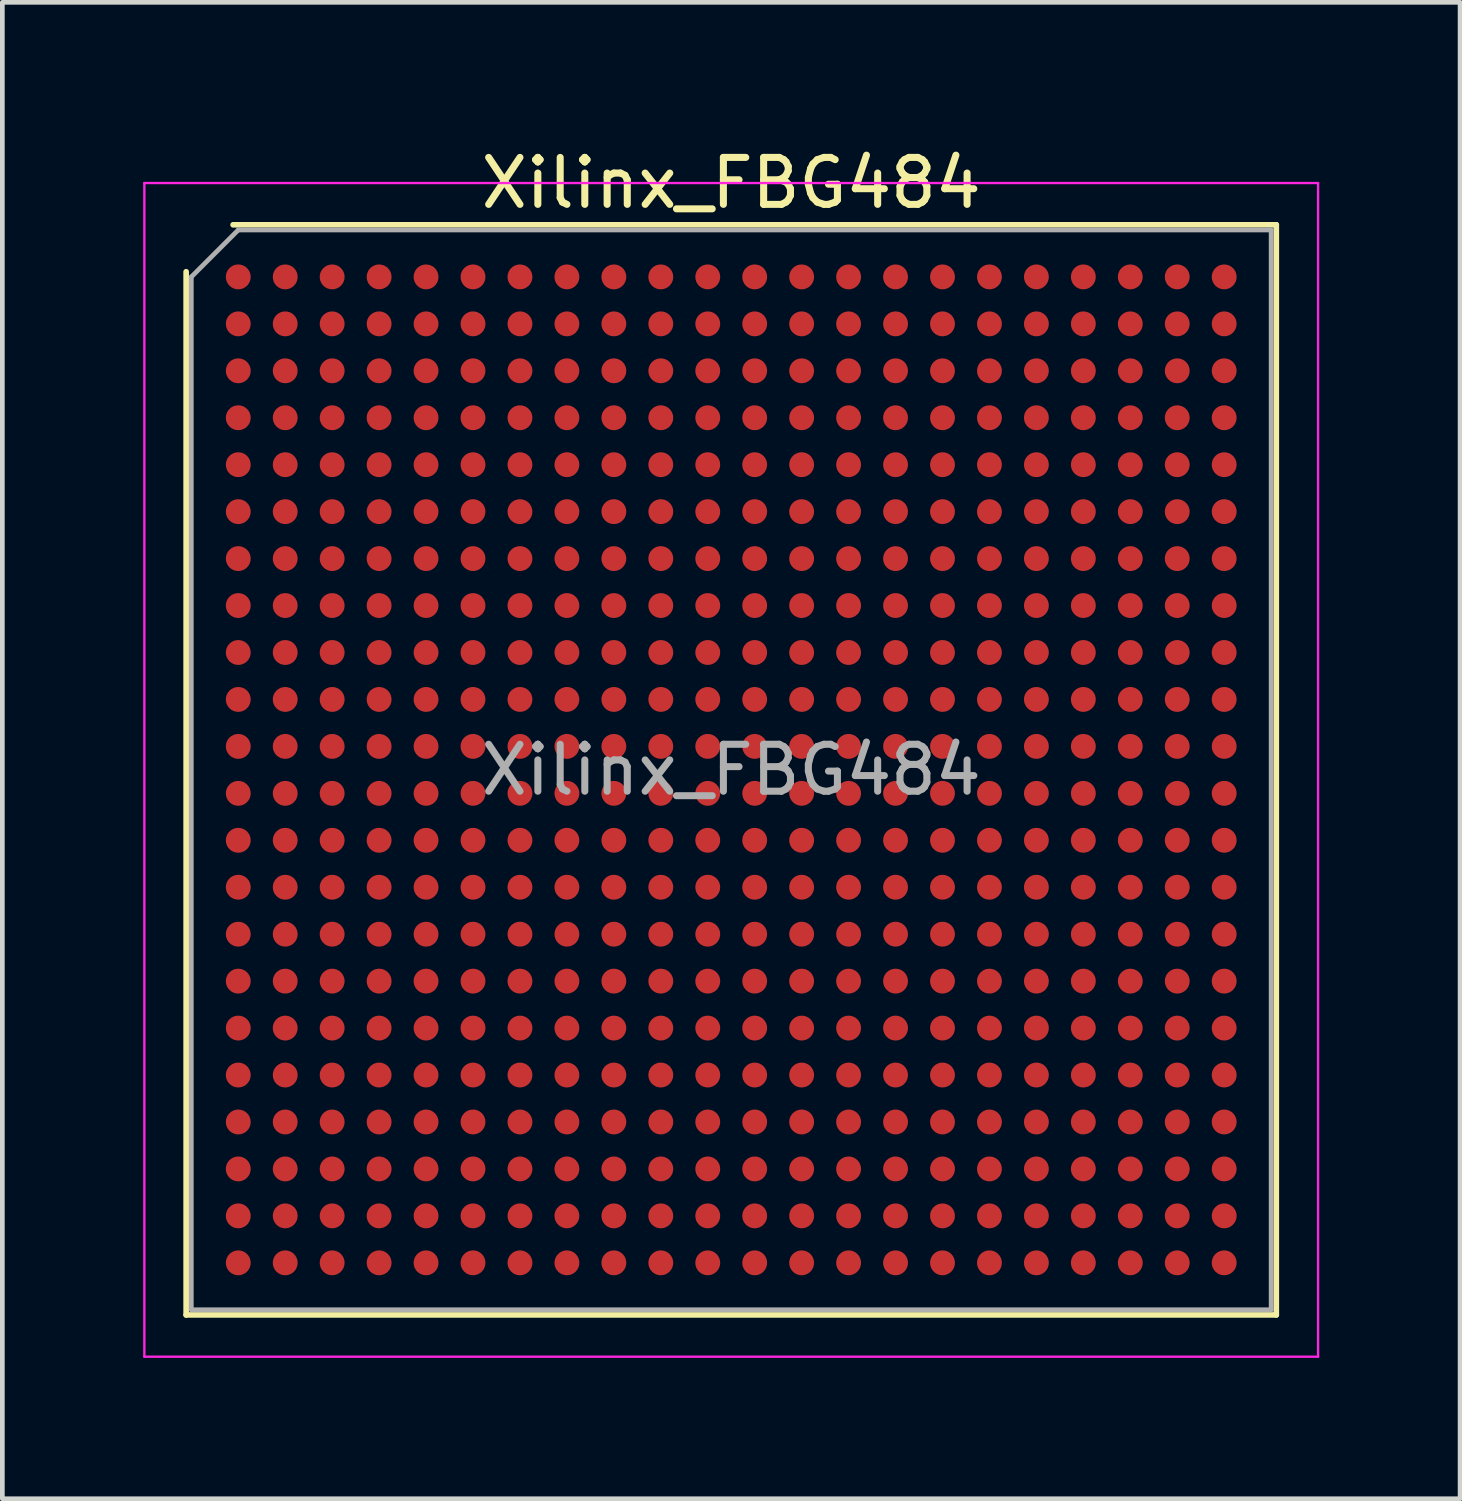
<source format=kicad_pcb>
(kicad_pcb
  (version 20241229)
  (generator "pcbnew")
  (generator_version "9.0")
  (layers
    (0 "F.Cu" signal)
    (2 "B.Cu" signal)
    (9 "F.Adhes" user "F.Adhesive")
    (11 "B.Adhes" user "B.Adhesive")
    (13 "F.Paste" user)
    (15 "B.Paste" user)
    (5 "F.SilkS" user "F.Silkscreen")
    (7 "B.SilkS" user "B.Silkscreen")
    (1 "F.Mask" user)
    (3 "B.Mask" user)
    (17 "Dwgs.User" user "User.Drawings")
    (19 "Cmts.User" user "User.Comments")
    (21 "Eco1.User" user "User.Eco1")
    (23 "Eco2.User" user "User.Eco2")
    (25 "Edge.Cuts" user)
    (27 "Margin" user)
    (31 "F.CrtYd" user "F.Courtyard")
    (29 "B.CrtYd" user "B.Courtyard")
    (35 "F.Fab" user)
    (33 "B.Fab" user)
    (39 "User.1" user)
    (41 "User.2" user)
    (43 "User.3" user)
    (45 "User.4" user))
  (footprint "Xilinx_FBG484"
    (layer "F.Cu")
    (at 12.525 13.348)
    (property "Reference" "Xilinx_FBG484" (at 0 -12.5 0) (layer "F.SilkS") (effects (font (size 1 1) (thickness 0.15))))
    (attr smd)
    (fp_line (start -11.61 11.61) (end -11.61 -10.61) (stroke (width 0.12) (type solid)) (layer "F.SilkS"))
    (fp_line (start -10.61 -11.61) (end 11.61 -11.61) (stroke (width 0.12) (type solid)) (layer "F.SilkS"))
    (fp_line (start 11.61 -11.61) (end 11.61 11.61) (stroke (width 0.12) (type solid)) (layer "F.SilkS"))
    (fp_line (start 11.61 11.61) (end -11.61 11.61) (stroke (width 0.12) (type solid)) (layer "F.SilkS"))
    (fp_line (start -12.5 -12.5) (end -12.5 12.5) (stroke (width 0.05) (type solid)) (layer "F.CrtYd"))
    (fp_line (start -12.5 12.5) (end 12.5 12.5) (stroke (width 0.05) (type solid)) (layer "F.CrtYd"))
    (fp_line (start 12.5 -12.5) (end -12.5 -12.5) (stroke (width 0.05) (type solid)) (layer "F.CrtYd"))
    (fp_line (start 12.5 12.5) (end 12.5 -12.5) (stroke (width 0.05) (type solid)) (layer "F.CrtYd"))
    (fp_line (start -11.5 -10.5) (end -10.5 -11.5) (stroke (width 0.1) (type solid)) (layer "F.Fab"))
    (fp_line (start -11.5 11.5) (end -11.5 -10.5) (stroke (width 0.1) (type solid)) (layer "F.Fab"))
    (fp_line (start -10.5 -11.5) (end 11.5 -11.5) (stroke (width 0.1) (type solid)) (layer "F.Fab"))
    (fp_line (start 11.5 -11.5) (end 11.5 11.5) (stroke (width 0.1) (type solid)) (layer "F.Fab"))
    (fp_line (start 11.5 11.5) (end -11.5 11.5) (stroke (width 0.1) (type solid)) (layer "F.Fab"))
    (fp_text user "${REFERENCE}" (at 0 0 0) (layer "F.Fab") (effects (font (size 1 1) (thickness 0.15))))
    (pad "A1" smd circle (at -10.5 -10.5) (size 0.53 0.53) (layers "F.Cu" "F.Mask" "F.Paste"))
    (pad "A2" smd circle (at -9.5 -10.5) (size 0.53 0.53) (layers "F.Cu" "F.Mask" "F.Paste"))
    (pad "A3" smd circle (at -8.5 -10.5) (size 0.53 0.53) (layers "F.Cu" "F.Mask" "F.Paste"))
    (pad "A4" smd circle (at -7.5 -10.5) (size 0.53 0.53) (layers "F.Cu" "F.Mask" "F.Paste"))
    (pad "A5" smd circle (at -6.5 -10.5) (size 0.53 0.53) (layers "F.Cu" "F.Mask" "F.Paste"))
    (pad "A6" smd circle (at -5.5 -10.5) (size 0.53 0.53) (layers "F.Cu" "F.Mask" "F.Paste"))
    (pad "A7" smd circle (at -4.5 -10.5) (size 0.53 0.53) (layers "F.Cu" "F.Mask" "F.Paste"))
    (pad "A8" smd circle (at -3.5 -10.5) (size 0.53 0.53) (layers "F.Cu" "F.Mask" "F.Paste"))
    (pad "A9" smd circle (at -2.5 -10.5) (size 0.53 0.53) (layers "F.Cu" "F.Mask" "F.Paste"))
    (pad "A10" smd circle (at -1.5 -10.5) (size 0.53 0.53) (layers "F.Cu" "F.Mask" "F.Paste"))
    (pad "A11" smd circle (at -0.5 -10.5) (size 0.53 0.53) (layers "F.Cu" "F.Mask" "F.Paste"))
    (pad "A12" smd circle (at 0.5 -10.5) (size 0.53 0.53) (layers "F.Cu" "F.Mask" "F.Paste"))
    (pad "A13" smd circle (at 1.5 -10.5) (size 0.53 0.53) (layers "F.Cu" "F.Mask" "F.Paste"))
    (pad "A14" smd circle (at 2.5 -10.5) (size 0.53 0.53) (layers "F.Cu" "F.Mask" "F.Paste"))
    (pad "A15" smd circle (at 3.5 -10.5) (size 0.53 0.53) (layers "F.Cu" "F.Mask" "F.Paste"))
    (pad "A16" smd circle (at 4.5 -10.5) (size 0.53 0.53) (layers "F.Cu" "F.Mask" "F.Paste"))
    (pad "A17" smd circle (at 5.5 -10.5) (size 0.53 0.53) (layers "F.Cu" "F.Mask" "F.Paste"))
    (pad "A18" smd circle (at 6.5 -10.5) (size 0.53 0.53) (layers "F.Cu" "F.Mask" "F.Paste"))
    (pad "A19" smd circle (at 7.5 -10.5) (size 0.53 0.53) (layers "F.Cu" "F.Mask" "F.Paste"))
    (pad "A20" smd circle (at 8.5 -10.5) (size 0.53 0.53) (layers "F.Cu" "F.Mask" "F.Paste"))
    (pad "A21" smd circle (at 9.5 -10.5) (size 0.53 0.53) (layers "F.Cu" "F.Mask" "F.Paste"))
    (pad "A22" smd circle (at 10.5 -10.5) (size 0.53 0.53) (layers "F.Cu" "F.Mask" "F.Paste"))
    (pad "AA1" smd circle (at -10.5 9.5) (size 0.53 0.53) (layers "F.Cu" "F.Mask" "F.Paste"))
    (pad "AA2" smd circle (at -9.5 9.5) (size 0.53 0.53) (layers "F.Cu" "F.Mask" "F.Paste"))
    (pad "AA3" smd circle (at -8.5 9.5) (size 0.53 0.53) (layers "F.Cu" "F.Mask" "F.Paste"))
    (pad "AA4" smd circle (at -7.5 9.5) (size 0.53 0.53) (layers "F.Cu" "F.Mask" "F.Paste"))
    (pad "AA5" smd circle (at -6.5 9.5) (size 0.53 0.53) (layers "F.Cu" "F.Mask" "F.Paste"))
    (pad "AA6" smd circle (at -5.5 9.5) (size 0.53 0.53) (layers "F.Cu" "F.Mask" "F.Paste"))
    (pad "AA7" smd circle (at -4.5 9.5) (size 0.53 0.53) (layers "F.Cu" "F.Mask" "F.Paste"))
    (pad "AA8" smd circle (at -3.5 9.5) (size 0.53 0.53) (layers "F.Cu" "F.Mask" "F.Paste"))
    (pad "AA9" smd circle (at -2.5 9.5) (size 0.53 0.53) (layers "F.Cu" "F.Mask" "F.Paste"))
    (pad "AA10" smd circle (at -1.5 9.5) (size 0.53 0.53) (layers "F.Cu" "F.Mask" "F.Paste"))
    (pad "AA11" smd circle (at -0.5 9.5) (size 0.53 0.53) (layers "F.Cu" "F.Mask" "F.Paste"))
    (pad "AA12" smd circle (at 0.5 9.5) (size 0.53 0.53) (layers "F.Cu" "F.Mask" "F.Paste"))
    (pad "AA13" smd circle (at 1.5 9.5) (size 0.53 0.53) (layers "F.Cu" "F.Mask" "F.Paste"))
    (pad "AA14" smd circle (at 2.5 9.5) (size 0.53 0.53) (layers "F.Cu" "F.Mask" "F.Paste"))
    (pad "AA15" smd circle (at 3.5 9.5) (size 0.53 0.53) (layers "F.Cu" "F.Mask" "F.Paste"))
    (pad "AA16" smd circle (at 4.5 9.5) (size 0.53 0.53) (layers "F.Cu" "F.Mask" "F.Paste"))
    (pad "AA17" smd circle (at 5.5 9.5) (size 0.53 0.53) (layers "F.Cu" "F.Mask" "F.Paste"))
    (pad "AA18" smd circle (at 6.5 9.5) (size 0.53 0.53) (layers "F.Cu" "F.Mask" "F.Paste"))
    (pad "AA19" smd circle (at 7.5 9.5) (size 0.53 0.53) (layers "F.Cu" "F.Mask" "F.Paste"))
    (pad "AA20" smd circle (at 8.5 9.5) (size 0.53 0.53) (layers "F.Cu" "F.Mask" "F.Paste"))
    (pad "AA21" smd circle (at 9.5 9.5) (size 0.53 0.53) (layers "F.Cu" "F.Mask" "F.Paste"))
    (pad "AA22" smd circle (at 10.5 9.5) (size 0.53 0.53) (layers "F.Cu" "F.Mask" "F.Paste"))
    (pad "AB1" smd circle (at -10.5 10.5) (size 0.53 0.53) (layers "F.Cu" "F.Mask" "F.Paste"))
    (pad "AB2" smd circle (at -9.5 10.5) (size 0.53 0.53) (layers "F.Cu" "F.Mask" "F.Paste"))
    (pad "AB3" smd circle (at -8.5 10.5) (size 0.53 0.53) (layers "F.Cu" "F.Mask" "F.Paste"))
    (pad "AB4" smd circle (at -7.5 10.5) (size 0.53 0.53) (layers "F.Cu" "F.Mask" "F.Paste"))
    (pad "AB5" smd circle (at -6.5 10.5) (size 0.53 0.53) (layers "F.Cu" "F.Mask" "F.Paste"))
    (pad "AB6" smd circle (at -5.5 10.5) (size 0.53 0.53) (layers "F.Cu" "F.Mask" "F.Paste"))
    (pad "AB7" smd circle (at -4.5 10.5) (size 0.53 0.53) (layers "F.Cu" "F.Mask" "F.Paste"))
    (pad "AB8" smd circle (at -3.5 10.5) (size 0.53 0.53) (layers "F.Cu" "F.Mask" "F.Paste"))
    (pad "AB9" smd circle (at -2.5 10.5) (size 0.53 0.53) (layers "F.Cu" "F.Mask" "F.Paste"))
    (pad "AB10" smd circle (at -1.5 10.5) (size 0.53 0.53) (layers "F.Cu" "F.Mask" "F.Paste"))
    (pad "AB11" smd circle (at -0.5 10.5) (size 0.53 0.53) (layers "F.Cu" "F.Mask" "F.Paste"))
    (pad "AB12" smd circle (at 0.5 10.5) (size 0.53 0.53) (layers "F.Cu" "F.Mask" "F.Paste"))
    (pad "AB13" smd circle (at 1.5 10.5) (size 0.53 0.53) (layers "F.Cu" "F.Mask" "F.Paste"))
    (pad "AB14" smd circle (at 2.5 10.5) (size 0.53 0.53) (layers "F.Cu" "F.Mask" "F.Paste"))
    (pad "AB15" smd circle (at 3.5 10.5) (size 0.53 0.53) (layers "F.Cu" "F.Mask" "F.Paste"))
    (pad "AB16" smd circle (at 4.5 10.5) (size 0.53 0.53) (layers "F.Cu" "F.Mask" "F.Paste"))
    (pad "AB17" smd circle (at 5.5 10.5) (size 0.53 0.53) (layers "F.Cu" "F.Mask" "F.Paste"))
    (pad "AB18" smd circle (at 6.5 10.5) (size 0.53 0.53) (layers "F.Cu" "F.Mask" "F.Paste"))
    (pad "AB19" smd circle (at 7.5 10.5) (size 0.53 0.53) (layers "F.Cu" "F.Mask" "F.Paste"))
    (pad "AB20" smd circle (at 8.5 10.5) (size 0.53 0.53) (layers "F.Cu" "F.Mask" "F.Paste"))
    (pad "AB21" smd circle (at 9.5 10.5) (size 0.53 0.53) (layers "F.Cu" "F.Mask" "F.Paste"))
    (pad "AB22" smd circle (at 10.5 10.5) (size 0.53 0.53) (layers "F.Cu" "F.Mask" "F.Paste"))
    (pad "B1" smd circle (at -10.5 -9.5) (size 0.53 0.53) (layers "F.Cu" "F.Mask" "F.Paste"))
    (pad "B2" smd circle (at -9.5 -9.5) (size 0.53 0.53) (layers "F.Cu" "F.Mask" "F.Paste"))
    (pad "B3" smd circle (at -8.5 -9.5) (size 0.53 0.53) (layers "F.Cu" "F.Mask" "F.Paste"))
    (pad "B4" smd circle (at -7.5 -9.5) (size 0.53 0.53) (layers "F.Cu" "F.Mask" "F.Paste"))
    (pad "B5" smd circle (at -6.5 -9.5) (size 0.53 0.53) (layers "F.Cu" "F.Mask" "F.Paste"))
    (pad "B6" smd circle (at -5.5 -9.5) (size 0.53 0.53) (layers "F.Cu" "F.Mask" "F.Paste"))
    (pad "B7" smd circle (at -4.5 -9.5) (size 0.53 0.53) (layers "F.Cu" "F.Mask" "F.Paste"))
    (pad "B8" smd circle (at -3.5 -9.5) (size 0.53 0.53) (layers "F.Cu" "F.Mask" "F.Paste"))
    (pad "B9" smd circle (at -2.5 -9.5) (size 0.53 0.53) (layers "F.Cu" "F.Mask" "F.Paste"))
    (pad "B10" smd circle (at -1.5 -9.5) (size 0.53 0.53) (layers "F.Cu" "F.Mask" "F.Paste"))
    (pad "B11" smd circle (at -0.5 -9.5) (size 0.53 0.53) (layers "F.Cu" "F.Mask" "F.Paste"))
    (pad "B12" smd circle (at 0.5 -9.5) (size 0.53 0.53) (layers "F.Cu" "F.Mask" "F.Paste"))
    (pad "B13" smd circle (at 1.5 -9.5) (size 0.53 0.53) (layers "F.Cu" "F.Mask" "F.Paste"))
    (pad "B14" smd circle (at 2.5 -9.5) (size 0.53 0.53) (layers "F.Cu" "F.Mask" "F.Paste"))
    (pad "B15" smd circle (at 3.5 -9.5) (size 0.53 0.53) (layers "F.Cu" "F.Mask" "F.Paste"))
    (pad "B16" smd circle (at 4.5 -9.5) (size 0.53 0.53) (layers "F.Cu" "F.Mask" "F.Paste"))
    (pad "B17" smd circle (at 5.5 -9.5) (size 0.53 0.53) (layers "F.Cu" "F.Mask" "F.Paste"))
    (pad "B18" smd circle (at 6.5 -9.5) (size 0.53 0.53) (layers "F.Cu" "F.Mask" "F.Paste"))
    (pad "B19" smd circle (at 7.5 -9.5) (size 0.53 0.53) (layers "F.Cu" "F.Mask" "F.Paste"))
    (pad "B20" smd circle (at 8.5 -9.5) (size 0.53 0.53) (layers "F.Cu" "F.Mask" "F.Paste"))
    (pad "B21" smd circle (at 9.5 -9.5) (size 0.53 0.53) (layers "F.Cu" "F.Mask" "F.Paste"))
    (pad "B22" smd circle (at 10.5 -9.5) (size 0.53 0.53) (layers "F.Cu" "F.Mask" "F.Paste"))
    (pad "C1" smd circle (at -10.5 -8.5) (size 0.53 0.53) (layers "F.Cu" "F.Mask" "F.Paste"))
    (pad "C2" smd circle (at -9.5 -8.5) (size 0.53 0.53) (layers "F.Cu" "F.Mask" "F.Paste"))
    (pad "C3" smd circle (at -8.5 -8.5) (size 0.53 0.53) (layers "F.Cu" "F.Mask" "F.Paste"))
    (pad "C4" smd circle (at -7.5 -8.5) (size 0.53 0.53) (layers "F.Cu" "F.Mask" "F.Paste"))
    (pad "C5" smd circle (at -6.5 -8.5) (size 0.53 0.53) (layers "F.Cu" "F.Mask" "F.Paste"))
    (pad "C6" smd circle (at -5.5 -8.5) (size 0.53 0.53) (layers "F.Cu" "F.Mask" "F.Paste"))
    (pad "C7" smd circle (at -4.5 -8.5) (size 0.53 0.53) (layers "F.Cu" "F.Mask" "F.Paste"))
    (pad "C8" smd circle (at -3.5 -8.5) (size 0.53 0.53) (layers "F.Cu" "F.Mask" "F.Paste"))
    (pad "C9" smd circle (at -2.5 -8.5) (size 0.53 0.53) (layers "F.Cu" "F.Mask" "F.Paste"))
    (pad "C10" smd circle (at -1.5 -8.5) (size 0.53 0.53) (layers "F.Cu" "F.Mask" "F.Paste"))
    (pad "C11" smd circle (at -0.5 -8.5) (size 0.53 0.53) (layers "F.Cu" "F.Mask" "F.Paste"))
    (pad "C12" smd circle (at 0.5 -8.5) (size 0.53 0.53) (layers "F.Cu" "F.Mask" "F.Paste"))
    (pad "C13" smd circle (at 1.5 -8.5) (size 0.53 0.53) (layers "F.Cu" "F.Mask" "F.Paste"))
    (pad "C14" smd circle (at 2.5 -8.5) (size 0.53 0.53) (layers "F.Cu" "F.Mask" "F.Paste"))
    (pad "C15" smd circle (at 3.5 -8.5) (size 0.53 0.53) (layers "F.Cu" "F.Mask" "F.Paste"))
    (pad "C16" smd circle (at 4.5 -8.5) (size 0.53 0.53) (layers "F.Cu" "F.Mask" "F.Paste"))
    (pad "C17" smd circle (at 5.5 -8.5) (size 0.53 0.53) (layers "F.Cu" "F.Mask" "F.Paste"))
    (pad "C18" smd circle (at 6.5 -8.5) (size 0.53 0.53) (layers "F.Cu" "F.Mask" "F.Paste"))
    (pad "C19" smd circle (at 7.5 -8.5) (size 0.53 0.53) (layers "F.Cu" "F.Mask" "F.Paste"))
    (pad "C20" smd circle (at 8.5 -8.5) (size 0.53 0.53) (layers "F.Cu" "F.Mask" "F.Paste"))
    (pad "C21" smd circle (at 9.5 -8.5) (size 0.53 0.53) (layers "F.Cu" "F.Mask" "F.Paste"))
    (pad "C22" smd circle (at 10.5 -8.5) (size 0.53 0.53) (layers "F.Cu" "F.Mask" "F.Paste"))
    (pad "D1" smd circle (at -10.5 -7.5) (size 0.53 0.53) (layers "F.Cu" "F.Mask" "F.Paste"))
    (pad "D2" smd circle (at -9.5 -7.5) (size 0.53 0.53) (layers "F.Cu" "F.Mask" "F.Paste"))
    (pad "D3" smd circle (at -8.5 -7.5) (size 0.53 0.53) (layers "F.Cu" "F.Mask" "F.Paste"))
    (pad "D4" smd circle (at -7.5 -7.5) (size 0.53 0.53) (layers "F.Cu" "F.Mask" "F.Paste"))
    (pad "D5" smd circle (at -6.5 -7.5) (size 0.53 0.53) (layers "F.Cu" "F.Mask" "F.Paste"))
    (pad "D6" smd circle (at -5.5 -7.5) (size 0.53 0.53) (layers "F.Cu" "F.Mask" "F.Paste"))
    (pad "D7" smd circle (at -4.5 -7.5) (size 0.53 0.53) (layers "F.Cu" "F.Mask" "F.Paste"))
    (pad "D8" smd circle (at -3.5 -7.5) (size 0.53 0.53) (layers "F.Cu" "F.Mask" "F.Paste"))
    (pad "D9" smd circle (at -2.5 -7.5) (size 0.53 0.53) (layers "F.Cu" "F.Mask" "F.Paste"))
    (pad "D10" smd circle (at -1.5 -7.5) (size 0.53 0.53) (layers "F.Cu" "F.Mask" "F.Paste"))
    (pad "D11" smd circle (at -0.5 -7.5) (size 0.53 0.53) (layers "F.Cu" "F.Mask" "F.Paste"))
    (pad "D12" smd circle (at 0.5 -7.5) (size 0.53 0.53) (layers "F.Cu" "F.Mask" "F.Paste"))
    (pad "D13" smd circle (at 1.5 -7.5) (size 0.53 0.53) (layers "F.Cu" "F.Mask" "F.Paste"))
    (pad "D14" smd circle (at 2.5 -7.5) (size 0.53 0.53) (layers "F.Cu" "F.Mask" "F.Paste"))
    (pad "D15" smd circle (at 3.5 -7.5) (size 0.53 0.53) (layers "F.Cu" "F.Mask" "F.Paste"))
    (pad "D16" smd circle (at 4.5 -7.5) (size 0.53 0.53) (layers "F.Cu" "F.Mask" "F.Paste"))
    (pad "D17" smd circle (at 5.5 -7.5) (size 0.53 0.53) (layers "F.Cu" "F.Mask" "F.Paste"))
    (pad "D18" smd circle (at 6.5 -7.5) (size 0.53 0.53) (layers "F.Cu" "F.Mask" "F.Paste"))
    (pad "D19" smd circle (at 7.5 -7.5) (size 0.53 0.53) (layers "F.Cu" "F.Mask" "F.Paste"))
    (pad "D20" smd circle (at 8.5 -7.5) (size 0.53 0.53) (layers "F.Cu" "F.Mask" "F.Paste"))
    (pad "D21" smd circle (at 9.5 -7.5) (size 0.53 0.53) (layers "F.Cu" "F.Mask" "F.Paste"))
    (pad "D22" smd circle (at 10.5 -7.5) (size 0.53 0.53) (layers "F.Cu" "F.Mask" "F.Paste"))
    (pad "E1" smd circle (at -10.5 -6.5) (size 0.53 0.53) (layers "F.Cu" "F.Mask" "F.Paste"))
    (pad "E2" smd circle (at -9.5 -6.5) (size 0.53 0.53) (layers "F.Cu" "F.Mask" "F.Paste"))
    (pad "E3" smd circle (at -8.5 -6.5) (size 0.53 0.53) (layers "F.Cu" "F.Mask" "F.Paste"))
    (pad "E4" smd circle (at -7.5 -6.5) (size 0.53 0.53) (layers "F.Cu" "F.Mask" "F.Paste"))
    (pad "E5" smd circle (at -6.5 -6.5) (size 0.53 0.53) (layers "F.Cu" "F.Mask" "F.Paste"))
    (pad "E6" smd circle (at -5.5 -6.5) (size 0.53 0.53) (layers "F.Cu" "F.Mask" "F.Paste"))
    (pad "E7" smd circle (at -4.5 -6.5) (size 0.53 0.53) (layers "F.Cu" "F.Mask" "F.Paste"))
    (pad "E8" smd circle (at -3.5 -6.5) (size 0.53 0.53) (layers "F.Cu" "F.Mask" "F.Paste"))
    (pad "E9" smd circle (at -2.5 -6.5) (size 0.53 0.53) (layers "F.Cu" "F.Mask" "F.Paste"))
    (pad "E10" smd circle (at -1.5 -6.5) (size 0.53 0.53) (layers "F.Cu" "F.Mask" "F.Paste"))
    (pad "E11" smd circle (at -0.5 -6.5) (size 0.53 0.53) (layers "F.Cu" "F.Mask" "F.Paste"))
    (pad "E12" smd circle (at 0.5 -6.5) (size 0.53 0.53) (layers "F.Cu" "F.Mask" "F.Paste"))
    (pad "E13" smd circle (at 1.5 -6.5) (size 0.53 0.53) (layers "F.Cu" "F.Mask" "F.Paste"))
    (pad "E14" smd circle (at 2.5 -6.5) (size 0.53 0.53) (layers "F.Cu" "F.Mask" "F.Paste"))
    (pad "E15" smd circle (at 3.5 -6.5) (size 0.53 0.53) (layers "F.Cu" "F.Mask" "F.Paste"))
    (pad "E16" smd circle (at 4.5 -6.5) (size 0.53 0.53) (layers "F.Cu" "F.Mask" "F.Paste"))
    (pad "E17" smd circle (at 5.5 -6.5) (size 0.53 0.53) (layers "F.Cu" "F.Mask" "F.Paste"))
    (pad "E18" smd circle (at 6.5 -6.5) (size 0.53 0.53) (layers "F.Cu" "F.Mask" "F.Paste"))
    (pad "E19" smd circle (at 7.5 -6.5) (size 0.53 0.53) (layers "F.Cu" "F.Mask" "F.Paste"))
    (pad "E20" smd circle (at 8.5 -6.5) (size 0.53 0.53) (layers "F.Cu" "F.Mask" "F.Paste"))
    (pad "E21" smd circle (at 9.5 -6.5) (size 0.53 0.53) (layers "F.Cu" "F.Mask" "F.Paste"))
    (pad "E22" smd circle (at 10.5 -6.5) (size 0.53 0.53) (layers "F.Cu" "F.Mask" "F.Paste"))
    (pad "F1" smd circle (at -10.5 -5.5) (size 0.53 0.53) (layers "F.Cu" "F.Mask" "F.Paste"))
    (pad "F2" smd circle (at -9.5 -5.5) (size 0.53 0.53) (layers "F.Cu" "F.Mask" "F.Paste"))
    (pad "F3" smd circle (at -8.5 -5.5) (size 0.53 0.53) (layers "F.Cu" "F.Mask" "F.Paste"))
    (pad "F4" smd circle (at -7.5 -5.5) (size 0.53 0.53) (layers "F.Cu" "F.Mask" "F.Paste"))
    (pad "F5" smd circle (at -6.5 -5.5) (size 0.53 0.53) (layers "F.Cu" "F.Mask" "F.Paste"))
    (pad "F6" smd circle (at -5.5 -5.5) (size 0.53 0.53) (layers "F.Cu" "F.Mask" "F.Paste"))
    (pad "F7" smd circle (at -4.5 -5.5) (size 0.53 0.53) (layers "F.Cu" "F.Mask" "F.Paste"))
    (pad "F8" smd circle (at -3.5 -5.5) (size 0.53 0.53) (layers "F.Cu" "F.Mask" "F.Paste"))
    (pad "F9" smd circle (at -2.5 -5.5) (size 0.53 0.53) (layers "F.Cu" "F.Mask" "F.Paste"))
    (pad "F10" smd circle (at -1.5 -5.5) (size 0.53 0.53) (layers "F.Cu" "F.Mask" "F.Paste"))
    (pad "F11" smd circle (at -0.5 -5.5) (size 0.53 0.53) (layers "F.Cu" "F.Mask" "F.Paste"))
    (pad "F12" smd circle (at 0.5 -5.5) (size 0.53 0.53) (layers "F.Cu" "F.Mask" "F.Paste"))
    (pad "F13" smd circle (at 1.5 -5.5) (size 0.53 0.53) (layers "F.Cu" "F.Mask" "F.Paste"))
    (pad "F14" smd circle (at 2.5 -5.5) (size 0.53 0.53) (layers "F.Cu" "F.Mask" "F.Paste"))
    (pad "F15" smd circle (at 3.5 -5.5) (size 0.53 0.53) (layers "F.Cu" "F.Mask" "F.Paste"))
    (pad "F16" smd circle (at 4.5 -5.5) (size 0.53 0.53) (layers "F.Cu" "F.Mask" "F.Paste"))
    (pad "F17" smd circle (at 5.5 -5.5) (size 0.53 0.53) (layers "F.Cu" "F.Mask" "F.Paste"))
    (pad "F18" smd circle (at 6.5 -5.5) (size 0.53 0.53) (layers "F.Cu" "F.Mask" "F.Paste"))
    (pad "F19" smd circle (at 7.5 -5.5) (size 0.53 0.53) (layers "F.Cu" "F.Mask" "F.Paste"))
    (pad "F20" smd circle (at 8.5 -5.5) (size 0.53 0.53) (layers "F.Cu" "F.Mask" "F.Paste"))
    (pad "F21" smd circle (at 9.5 -5.5) (size 0.53 0.53) (layers "F.Cu" "F.Mask" "F.Paste"))
    (pad "F22" smd circle (at 10.5 -5.5) (size 0.53 0.53) (layers "F.Cu" "F.Mask" "F.Paste"))
    (pad "G1" smd circle (at -10.5 -4.5) (size 0.53 0.53) (layers "F.Cu" "F.Mask" "F.Paste"))
    (pad "G2" smd circle (at -9.5 -4.5) (size 0.53 0.53) (layers "F.Cu" "F.Mask" "F.Paste"))
    (pad "G3" smd circle (at -8.5 -4.5) (size 0.53 0.53) (layers "F.Cu" "F.Mask" "F.Paste"))
    (pad "G4" smd circle (at -7.5 -4.5) (size 0.53 0.53) (layers "F.Cu" "F.Mask" "F.Paste"))
    (pad "G5" smd circle (at -6.5 -4.5) (size 0.53 0.53) (layers "F.Cu" "F.Mask" "F.Paste"))
    (pad "G6" smd circle (at -5.5 -4.5) (size 0.53 0.53) (layers "F.Cu" "F.Mask" "F.Paste"))
    (pad "G7" smd circle (at -4.5 -4.5) (size 0.53 0.53) (layers "F.Cu" "F.Mask" "F.Paste"))
    (pad "G8" smd circle (at -3.5 -4.5) (size 0.53 0.53) (layers "F.Cu" "F.Mask" "F.Paste"))
    (pad "G9" smd circle (at -2.5 -4.5) (size 0.53 0.53) (layers "F.Cu" "F.Mask" "F.Paste"))
    (pad "G10" smd circle (at -1.5 -4.5) (size 0.53 0.53) (layers "F.Cu" "F.Mask" "F.Paste"))
    (pad "G11" smd circle (at -0.5 -4.5) (size 0.53 0.53) (layers "F.Cu" "F.Mask" "F.Paste"))
    (pad "G12" smd circle (at 0.5 -4.5) (size 0.53 0.53) (layers "F.Cu" "F.Mask" "F.Paste"))
    (pad "G13" smd circle (at 1.5 -4.5) (size 0.53 0.53) (layers "F.Cu" "F.Mask" "F.Paste"))
    (pad "G14" smd circle (at 2.5 -4.5) (size 0.53 0.53) (layers "F.Cu" "F.Mask" "F.Paste"))
    (pad "G15" smd circle (at 3.5 -4.5) (size 0.53 0.53) (layers "F.Cu" "F.Mask" "F.Paste"))
    (pad "G16" smd circle (at 4.5 -4.5) (size 0.53 0.53) (layers "F.Cu" "F.Mask" "F.Paste"))
    (pad "G17" smd circle (at 5.5 -4.5) (size 0.53 0.53) (layers "F.Cu" "F.Mask" "F.Paste"))
    (pad "G18" smd circle (at 6.5 -4.5) (size 0.53 0.53) (layers "F.Cu" "F.Mask" "F.Paste"))
    (pad "G19" smd circle (at 7.5 -4.5) (size 0.53 0.53) (layers "F.Cu" "F.Mask" "F.Paste"))
    (pad "G20" smd circle (at 8.5 -4.5) (size 0.53 0.53) (layers "F.Cu" "F.Mask" "F.Paste"))
    (pad "G21" smd circle (at 9.5 -4.5) (size 0.53 0.53) (layers "F.Cu" "F.Mask" "F.Paste"))
    (pad "G22" smd circle (at 10.5 -4.5) (size 0.53 0.53) (layers "F.Cu" "F.Mask" "F.Paste"))
    (pad "H1" smd circle (at -10.5 -3.5) (size 0.53 0.53) (layers "F.Cu" "F.Mask" "F.Paste"))
    (pad "H2" smd circle (at -9.5 -3.5) (size 0.53 0.53) (layers "F.Cu" "F.Mask" "F.Paste"))
    (pad "H3" smd circle (at -8.5 -3.5) (size 0.53 0.53) (layers "F.Cu" "F.Mask" "F.Paste"))
    (pad "H4" smd circle (at -7.5 -3.5) (size 0.53 0.53) (layers "F.Cu" "F.Mask" "F.Paste"))
    (pad "H5" smd circle (at -6.5 -3.5) (size 0.53 0.53) (layers "F.Cu" "F.Mask" "F.Paste"))
    (pad "H6" smd circle (at -5.5 -3.5) (size 0.53 0.53) (layers "F.Cu" "F.Mask" "F.Paste"))
    (pad "H7" smd circle (at -4.5 -3.5) (size 0.53 0.53) (layers "F.Cu" "F.Mask" "F.Paste"))
    (pad "H8" smd circle (at -3.5 -3.5) (size 0.53 0.53) (layers "F.Cu" "F.Mask" "F.Paste"))
    (pad "H9" smd circle (at -2.5 -3.5) (size 0.53 0.53) (layers "F.Cu" "F.Mask" "F.Paste"))
    (pad "H10" smd circle (at -1.5 -3.5) (size 0.53 0.53) (layers "F.Cu" "F.Mask" "F.Paste"))
    (pad "H11" smd circle (at -0.5 -3.5) (size 0.53 0.53) (layers "F.Cu" "F.Mask" "F.Paste"))
    (pad "H12" smd circle (at 0.5 -3.5) (size 0.53 0.53) (layers "F.Cu" "F.Mask" "F.Paste"))
    (pad "H13" smd circle (at 1.5 -3.5) (size 0.53 0.53) (layers "F.Cu" "F.Mask" "F.Paste"))
    (pad "H14" smd circle (at 2.5 -3.5) (size 0.53 0.53) (layers "F.Cu" "F.Mask" "F.Paste"))
    (pad "H15" smd circle (at 3.5 -3.5) (size 0.53 0.53) (layers "F.Cu" "F.Mask" "F.Paste"))
    (pad "H16" smd circle (at 4.5 -3.5) (size 0.53 0.53) (layers "F.Cu" "F.Mask" "F.Paste"))
    (pad "H17" smd circle (at 5.5 -3.5) (size 0.53 0.53) (layers "F.Cu" "F.Mask" "F.Paste"))
    (pad "H18" smd circle (at 6.5 -3.5) (size 0.53 0.53) (layers "F.Cu" "F.Mask" "F.Paste"))
    (pad "H19" smd circle (at 7.5 -3.5) (size 0.53 0.53) (layers "F.Cu" "F.Mask" "F.Paste"))
    (pad "H20" smd circle (at 8.5 -3.5) (size 0.53 0.53) (layers "F.Cu" "F.Mask" "F.Paste"))
    (pad "H21" smd circle (at 9.5 -3.5) (size 0.53 0.53) (layers "F.Cu" "F.Mask" "F.Paste"))
    (pad "H22" smd circle (at 10.5 -3.5) (size 0.53 0.53) (layers "F.Cu" "F.Mask" "F.Paste"))
    (pad "J1" smd circle (at -10.5 -2.5) (size 0.53 0.53) (layers "F.Cu" "F.Mask" "F.Paste"))
    (pad "J2" smd circle (at -9.5 -2.5) (size 0.53 0.53) (layers "F.Cu" "F.Mask" "F.Paste"))
    (pad "J3" smd circle (at -8.5 -2.5) (size 0.53 0.53) (layers "F.Cu" "F.Mask" "F.Paste"))
    (pad "J4" smd circle (at -7.5 -2.5) (size 0.53 0.53) (layers "F.Cu" "F.Mask" "F.Paste"))
    (pad "J5" smd circle (at -6.5 -2.5) (size 0.53 0.53) (layers "F.Cu" "F.Mask" "F.Paste"))
    (pad "J6" smd circle (at -5.5 -2.5) (size 0.53 0.53) (layers "F.Cu" "F.Mask" "F.Paste"))
    (pad "J7" smd circle (at -4.5 -2.5) (size 0.53 0.53) (layers "F.Cu" "F.Mask" "F.Paste"))
    (pad "J8" smd circle (at -3.5 -2.5) (size 0.53 0.53) (layers "F.Cu" "F.Mask" "F.Paste"))
    (pad "J9" smd circle (at -2.5 -2.5) (size 0.53 0.53) (layers "F.Cu" "F.Mask" "F.Paste"))
    (pad "J10" smd circle (at -1.5 -2.5) (size 0.53 0.53) (layers "F.Cu" "F.Mask" "F.Paste"))
    (pad "J11" smd circle (at -0.5 -2.5) (size 0.53 0.53) (layers "F.Cu" "F.Mask" "F.Paste"))
    (pad "J12" smd circle (at 0.5 -2.5) (size 0.53 0.53) (layers "F.Cu" "F.Mask" "F.Paste"))
    (pad "J13" smd circle (at 1.5 -2.5) (size 0.53 0.53) (layers "F.Cu" "F.Mask" "F.Paste"))
    (pad "J14" smd circle (at 2.5 -2.5) (size 0.53 0.53) (layers "F.Cu" "F.Mask" "F.Paste"))
    (pad "J15" smd circle (at 3.5 -2.5) (size 0.53 0.53) (layers "F.Cu" "F.Mask" "F.Paste"))
    (pad "J16" smd circle (at 4.5 -2.5) (size 0.53 0.53) (layers "F.Cu" "F.Mask" "F.Paste"))
    (pad "J17" smd circle (at 5.5 -2.5) (size 0.53 0.53) (layers "F.Cu" "F.Mask" "F.Paste"))
    (pad "J18" smd circle (at 6.5 -2.5) (size 0.53 0.53) (layers "F.Cu" "F.Mask" "F.Paste"))
    (pad "J19" smd circle (at 7.5 -2.5) (size 0.53 0.53) (layers "F.Cu" "F.Mask" "F.Paste"))
    (pad "J20" smd circle (at 8.5 -2.5) (size 0.53 0.53) (layers "F.Cu" "F.Mask" "F.Paste"))
    (pad "J21" smd circle (at 9.5 -2.5) (size 0.53 0.53) (layers "F.Cu" "F.Mask" "F.Paste"))
    (pad "J22" smd circle (at 10.5 -2.5) (size 0.53 0.53) (layers "F.Cu" "F.Mask" "F.Paste"))
    (pad "K1" smd circle (at -10.5 -1.5) (size 0.53 0.53) (layers "F.Cu" "F.Mask" "F.Paste"))
    (pad "K2" smd circle (at -9.5 -1.5) (size 0.53 0.53) (layers "F.Cu" "F.Mask" "F.Paste"))
    (pad "K3" smd circle (at -8.5 -1.5) (size 0.53 0.53) (layers "F.Cu" "F.Mask" "F.Paste"))
    (pad "K4" smd circle (at -7.5 -1.5) (size 0.53 0.53) (layers "F.Cu" "F.Mask" "F.Paste"))
    (pad "K5" smd circle (at -6.5 -1.5) (size 0.53 0.53) (layers "F.Cu" "F.Mask" "F.Paste"))
    (pad "K6" smd circle (at -5.5 -1.5) (size 0.53 0.53) (layers "F.Cu" "F.Mask" "F.Paste"))
    (pad "K7" smd circle (at -4.5 -1.5) (size 0.53 0.53) (layers "F.Cu" "F.Mask" "F.Paste"))
    (pad "K8" smd circle (at -3.5 -1.5) (size 0.53 0.53) (layers "F.Cu" "F.Mask" "F.Paste"))
    (pad "K9" smd circle (at -2.5 -1.5) (size 0.53 0.53) (layers "F.Cu" "F.Mask" "F.Paste"))
    (pad "K10" smd circle (at -1.5 -1.5) (size 0.53 0.53) (layers "F.Cu" "F.Mask" "F.Paste"))
    (pad "K11" smd circle (at -0.5 -1.5) (size 0.53 0.53) (layers "F.Cu" "F.Mask" "F.Paste"))
    (pad "K12" smd circle (at 0.5 -1.5) (size 0.53 0.53) (layers "F.Cu" "F.Mask" "F.Paste"))
    (pad "K13" smd circle (at 1.5 -1.5) (size 0.53 0.53) (layers "F.Cu" "F.Mask" "F.Paste"))
    (pad "K14" smd circle (at 2.5 -1.5) (size 0.53 0.53) (layers "F.Cu" "F.Mask" "F.Paste"))
    (pad "K15" smd circle (at 3.5 -1.5) (size 0.53 0.53) (layers "F.Cu" "F.Mask" "F.Paste"))
    (pad "K16" smd circle (at 4.5 -1.5) (size 0.53 0.53) (layers "F.Cu" "F.Mask" "F.Paste"))
    (pad "K17" smd circle (at 5.5 -1.5) (size 0.53 0.53) (layers "F.Cu" "F.Mask" "F.Paste"))
    (pad "K18" smd circle (at 6.5 -1.5) (size 0.53 0.53) (layers "F.Cu" "F.Mask" "F.Paste"))
    (pad "K19" smd circle (at 7.5 -1.5) (size 0.53 0.53) (layers "F.Cu" "F.Mask" "F.Paste"))
    (pad "K20" smd circle (at 8.5 -1.5) (size 0.53 0.53) (layers "F.Cu" "F.Mask" "F.Paste"))
    (pad "K21" smd circle (at 9.5 -1.5) (size 0.53 0.53) (layers "F.Cu" "F.Mask" "F.Paste"))
    (pad "K22" smd circle (at 10.5 -1.5) (size 0.53 0.53) (layers "F.Cu" "F.Mask" "F.Paste"))
    (pad "L1" smd circle (at -10.5 -0.5) (size 0.53 0.53) (layers "F.Cu" "F.Mask" "F.Paste"))
    (pad "L2" smd circle (at -9.5 -0.5) (size 0.53 0.53) (layers "F.Cu" "F.Mask" "F.Paste"))
    (pad "L3" smd circle (at -8.5 -0.5) (size 0.53 0.53) (layers "F.Cu" "F.Mask" "F.Paste"))
    (pad "L4" smd circle (at -7.5 -0.5) (size 0.53 0.53) (layers "F.Cu" "F.Mask" "F.Paste"))
    (pad "L5" smd circle (at -6.5 -0.5) (size 0.53 0.53) (layers "F.Cu" "F.Mask" "F.Paste"))
    (pad "L6" smd circle (at -5.5 -0.5) (size 0.53 0.53) (layers "F.Cu" "F.Mask" "F.Paste"))
    (pad "L7" smd circle (at -4.5 -0.5) (size 0.53 0.53) (layers "F.Cu" "F.Mask" "F.Paste"))
    (pad "L8" smd circle (at -3.5 -0.5) (size 0.53 0.53) (layers "F.Cu" "F.Mask" "F.Paste"))
    (pad "L9" smd circle (at -2.5 -0.5) (size 0.53 0.53) (layers "F.Cu" "F.Mask" "F.Paste"))
    (pad "L10" smd circle (at -1.5 -0.5) (size 0.53 0.53) (layers "F.Cu" "F.Mask" "F.Paste"))
    (pad "L11" smd circle (at -0.5 -0.5) (size 0.53 0.53) (layers "F.Cu" "F.Mask" "F.Paste"))
    (pad "L12" smd circle (at 0.5 -0.5) (size 0.53 0.53) (layers "F.Cu" "F.Mask" "F.Paste"))
    (pad "L13" smd circle (at 1.5 -0.5) (size 0.53 0.53) (layers "F.Cu" "F.Mask" "F.Paste"))
    (pad "L14" smd circle (at 2.5 -0.5) (size 0.53 0.53) (layers "F.Cu" "F.Mask" "F.Paste"))
    (pad "L15" smd circle (at 3.5 -0.5) (size 0.53 0.53) (layers "F.Cu" "F.Mask" "F.Paste"))
    (pad "L16" smd circle (at 4.5 -0.5) (size 0.53 0.53) (layers "F.Cu" "F.Mask" "F.Paste"))
    (pad "L17" smd circle (at 5.5 -0.5) (size 0.53 0.53) (layers "F.Cu" "F.Mask" "F.Paste"))
    (pad "L18" smd circle (at 6.5 -0.5) (size 0.53 0.53) (layers "F.Cu" "F.Mask" "F.Paste"))
    (pad "L19" smd circle (at 7.5 -0.5) (size 0.53 0.53) (layers "F.Cu" "F.Mask" "F.Paste"))
    (pad "L20" smd circle (at 8.5 -0.5) (size 0.53 0.53) (layers "F.Cu" "F.Mask" "F.Paste"))
    (pad "L21" smd circle (at 9.5 -0.5) (size 0.53 0.53) (layers "F.Cu" "F.Mask" "F.Paste"))
    (pad "L22" smd circle (at 10.5 -0.5) (size 0.53 0.53) (layers "F.Cu" "F.Mask" "F.Paste"))
    (pad "M1" smd circle (at -10.5 0.5) (size 0.53 0.53) (layers "F.Cu" "F.Mask" "F.Paste"))
    (pad "M2" smd circle (at -9.5 0.5) (size 0.53 0.53) (layers "F.Cu" "F.Mask" "F.Paste"))
    (pad "M3" smd circle (at -8.5 0.5) (size 0.53 0.53) (layers "F.Cu" "F.Mask" "F.Paste"))
    (pad "M4" smd circle (at -7.5 0.5) (size 0.53 0.53) (layers "F.Cu" "F.Mask" "F.Paste"))
    (pad "M5" smd circle (at -6.5 0.5) (size 0.53 0.53) (layers "F.Cu" "F.Mask" "F.Paste"))
    (pad "M6" smd circle (at -5.5 0.5) (size 0.53 0.53) (layers "F.Cu" "F.Mask" "F.Paste"))
    (pad "M7" smd circle (at -4.5 0.5) (size 0.53 0.53) (layers "F.Cu" "F.Mask" "F.Paste"))
    (pad "M8" smd circle (at -3.5 0.5) (size 0.53 0.53) (layers "F.Cu" "F.Mask" "F.Paste"))
    (pad "M9" smd circle (at -2.5 0.5) (size 0.53 0.53) (layers "F.Cu" "F.Mask" "F.Paste"))
    (pad "M10" smd circle (at -1.5 0.5) (size 0.53 0.53) (layers "F.Cu" "F.Mask" "F.Paste"))
    (pad "M11" smd circle (at -0.5 0.5) (size 0.53 0.53) (layers "F.Cu" "F.Mask" "F.Paste"))
    (pad "M12" smd circle (at 0.5 0.5) (size 0.53 0.53) (layers "F.Cu" "F.Mask" "F.Paste"))
    (pad "M13" smd circle (at 1.5 0.5) (size 0.53 0.53) (layers "F.Cu" "F.Mask" "F.Paste"))
    (pad "M14" smd circle (at 2.5 0.5) (size 0.53 0.53) (layers "F.Cu" "F.Mask" "F.Paste"))
    (pad "M15" smd circle (at 3.5 0.5) (size 0.53 0.53) (layers "F.Cu" "F.Mask" "F.Paste"))
    (pad "M16" smd circle (at 4.5 0.5) (size 0.53 0.53) (layers "F.Cu" "F.Mask" "F.Paste"))
    (pad "M17" smd circle (at 5.5 0.5) (size 0.53 0.53) (layers "F.Cu" "F.Mask" "F.Paste"))
    (pad "M18" smd circle (at 6.5 0.5) (size 0.53 0.53) (layers "F.Cu" "F.Mask" "F.Paste"))
    (pad "M19" smd circle (at 7.5 0.5) (size 0.53 0.53) (layers "F.Cu" "F.Mask" "F.Paste"))
    (pad "M20" smd circle (at 8.5 0.5) (size 0.53 0.53) (layers "F.Cu" "F.Mask" "F.Paste"))
    (pad "M21" smd circle (at 9.5 0.5) (size 0.53 0.53) (layers "F.Cu" "F.Mask" "F.Paste"))
    (pad "M22" smd circle (at 10.5 0.5) (size 0.53 0.53) (layers "F.Cu" "F.Mask" "F.Paste"))
    (pad "N1" smd circle (at -10.5 1.5) (size 0.53 0.53) (layers "F.Cu" "F.Mask" "F.Paste"))
    (pad "N2" smd circle (at -9.5 1.5) (size 0.53 0.53) (layers "F.Cu" "F.Mask" "F.Paste"))
    (pad "N3" smd circle (at -8.5 1.5) (size 0.53 0.53) (layers "F.Cu" "F.Mask" "F.Paste"))
    (pad "N4" smd circle (at -7.5 1.5) (size 0.53 0.53) (layers "F.Cu" "F.Mask" "F.Paste"))
    (pad "N5" smd circle (at -6.5 1.5) (size 0.53 0.53) (layers "F.Cu" "F.Mask" "F.Paste"))
    (pad "N6" smd circle (at -5.5 1.5) (size 0.53 0.53) (layers "F.Cu" "F.Mask" "F.Paste"))
    (pad "N7" smd circle (at -4.5 1.5) (size 0.53 0.53) (layers "F.Cu" "F.Mask" "F.Paste"))
    (pad "N8" smd circle (at -3.5 1.5) (size 0.53 0.53) (layers "F.Cu" "F.Mask" "F.Paste"))
    (pad "N9" smd circle (at -2.5 1.5) (size 0.53 0.53) (layers "F.Cu" "F.Mask" "F.Paste"))
    (pad "N10" smd circle (at -1.5 1.5) (size 0.53 0.53) (layers "F.Cu" "F.Mask" "F.Paste"))
    (pad "N11" smd circle (at -0.5 1.5) (size 0.53 0.53) (layers "F.Cu" "F.Mask" "F.Paste"))
    (pad "N12" smd circle (at 0.5 1.5) (size 0.53 0.53) (layers "F.Cu" "F.Mask" "F.Paste"))
    (pad "N13" smd circle (at 1.5 1.5) (size 0.53 0.53) (layers "F.Cu" "F.Mask" "F.Paste"))
    (pad "N14" smd circle (at 2.5 1.5) (size 0.53 0.53) (layers "F.Cu" "F.Mask" "F.Paste"))
    (pad "N15" smd circle (at 3.5 1.5) (size 0.53 0.53) (layers "F.Cu" "F.Mask" "F.Paste"))
    (pad "N16" smd circle (at 4.5 1.5) (size 0.53 0.53) (layers "F.Cu" "F.Mask" "F.Paste"))
    (pad "N17" smd circle (at 5.5 1.5) (size 0.53 0.53) (layers "F.Cu" "F.Mask" "F.Paste"))
    (pad "N18" smd circle (at 6.5 1.5) (size 0.53 0.53) (layers "F.Cu" "F.Mask" "F.Paste"))
    (pad "N19" smd circle (at 7.5 1.5) (size 0.53 0.53) (layers "F.Cu" "F.Mask" "F.Paste"))
    (pad "N20" smd circle (at 8.5 1.5) (size 0.53 0.53) (layers "F.Cu" "F.Mask" "F.Paste"))
    (pad "N21" smd circle (at 9.5 1.5) (size 0.53 0.53) (layers "F.Cu" "F.Mask" "F.Paste"))
    (pad "N22" smd circle (at 10.5 1.5) (size 0.53 0.53) (layers "F.Cu" "F.Mask" "F.Paste"))
    (pad "P1" smd circle (at -10.5 2.5) (size 0.53 0.53) (layers "F.Cu" "F.Mask" "F.Paste"))
    (pad "P2" smd circle (at -9.5 2.5) (size 0.53 0.53) (layers "F.Cu" "F.Mask" "F.Paste"))
    (pad "P3" smd circle (at -8.5 2.5) (size 0.53 0.53) (layers "F.Cu" "F.Mask" "F.Paste"))
    (pad "P4" smd circle (at -7.5 2.5) (size 0.53 0.53) (layers "F.Cu" "F.Mask" "F.Paste"))
    (pad "P5" smd circle (at -6.5 2.5) (size 0.53 0.53) (layers "F.Cu" "F.Mask" "F.Paste"))
    (pad "P6" smd circle (at -5.5 2.5) (size 0.53 0.53) (layers "F.Cu" "F.Mask" "F.Paste"))
    (pad "P7" smd circle (at -4.5 2.5) (size 0.53 0.53) (layers "F.Cu" "F.Mask" "F.Paste"))
    (pad "P8" smd circle (at -3.5 2.5) (size 0.53 0.53) (layers "F.Cu" "F.Mask" "F.Paste"))
    (pad "P9" smd circle (at -2.5 2.5) (size 0.53 0.53) (layers "F.Cu" "F.Mask" "F.Paste"))
    (pad "P10" smd circle (at -1.5 2.5) (size 0.53 0.53) (layers "F.Cu" "F.Mask" "F.Paste"))
    (pad "P11" smd circle (at -0.5 2.5) (size 0.53 0.53) (layers "F.Cu" "F.Mask" "F.Paste"))
    (pad "P12" smd circle (at 0.5 2.5) (size 0.53 0.53) (layers "F.Cu" "F.Mask" "F.Paste"))
    (pad "P13" smd circle (at 1.5 2.5) (size 0.53 0.53) (layers "F.Cu" "F.Mask" "F.Paste"))
    (pad "P14" smd circle (at 2.5 2.5) (size 0.53 0.53) (layers "F.Cu" "F.Mask" "F.Paste"))
    (pad "P15" smd circle (at 3.5 2.5) (size 0.53 0.53) (layers "F.Cu" "F.Mask" "F.Paste"))
    (pad "P16" smd circle (at 4.5 2.5) (size 0.53 0.53) (layers "F.Cu" "F.Mask" "F.Paste"))
    (pad "P17" smd circle (at 5.5 2.5) (size 0.53 0.53) (layers "F.Cu" "F.Mask" "F.Paste"))
    (pad "P18" smd circle (at 6.5 2.5) (size 0.53 0.53) (layers "F.Cu" "F.Mask" "F.Paste"))
    (pad "P19" smd circle (at 7.5 2.5) (size 0.53 0.53) (layers "F.Cu" "F.Mask" "F.Paste"))
    (pad "P20" smd circle (at 8.5 2.5) (size 0.53 0.53) (layers "F.Cu" "F.Mask" "F.Paste"))
    (pad "P21" smd circle (at 9.5 2.5) (size 0.53 0.53) (layers "F.Cu" "F.Mask" "F.Paste"))
    (pad "P22" smd circle (at 10.5 2.5) (size 0.53 0.53) (layers "F.Cu" "F.Mask" "F.Paste"))
    (pad "R1" smd circle (at -10.5 3.5) (size 0.53 0.53) (layers "F.Cu" "F.Mask" "F.Paste"))
    (pad "R2" smd circle (at -9.5 3.5) (size 0.53 0.53) (layers "F.Cu" "F.Mask" "F.Paste"))
    (pad "R3" smd circle (at -8.5 3.5) (size 0.53 0.53) (layers "F.Cu" "F.Mask" "F.Paste"))
    (pad "R4" smd circle (at -7.5 3.5) (size 0.53 0.53) (layers "F.Cu" "F.Mask" "F.Paste"))
    (pad "R5" smd circle (at -6.5 3.5) (size 0.53 0.53) (layers "F.Cu" "F.Mask" "F.Paste"))
    (pad "R6" smd circle (at -5.5 3.5) (size 0.53 0.53) (layers "F.Cu" "F.Mask" "F.Paste"))
    (pad "R7" smd circle (at -4.5 3.5) (size 0.53 0.53) (layers "F.Cu" "F.Mask" "F.Paste"))
    (pad "R8" smd circle (at -3.5 3.5) (size 0.53 0.53) (layers "F.Cu" "F.Mask" "F.Paste"))
    (pad "R9" smd circle (at -2.5 3.5) (size 0.53 0.53) (layers "F.Cu" "F.Mask" "F.Paste"))
    (pad "R10" smd circle (at -1.5 3.5) (size 0.53 0.53) (layers "F.Cu" "F.Mask" "F.Paste"))
    (pad "R11" smd circle (at -0.5 3.5) (size 0.53 0.53) (layers "F.Cu" "F.Mask" "F.Paste"))
    (pad "R12" smd circle (at 0.5 3.5) (size 0.53 0.53) (layers "F.Cu" "F.Mask" "F.Paste"))
    (pad "R13" smd circle (at 1.5 3.5) (size 0.53 0.53) (layers "F.Cu" "F.Mask" "F.Paste"))
    (pad "R14" smd circle (at 2.5 3.5) (size 0.53 0.53) (layers "F.Cu" "F.Mask" "F.Paste"))
    (pad "R15" smd circle (at 3.5 3.5) (size 0.53 0.53) (layers "F.Cu" "F.Mask" "F.Paste"))
    (pad "R16" smd circle (at 4.5 3.5) (size 0.53 0.53) (layers "F.Cu" "F.Mask" "F.Paste"))
    (pad "R17" smd circle (at 5.5 3.5) (size 0.53 0.53) (layers "F.Cu" "F.Mask" "F.Paste"))
    (pad "R18" smd circle (at 6.5 3.5) (size 0.53 0.53) (layers "F.Cu" "F.Mask" "F.Paste"))
    (pad "R19" smd circle (at 7.5 3.5) (size 0.53 0.53) (layers "F.Cu" "F.Mask" "F.Paste"))
    (pad "R20" smd circle (at 8.5 3.5) (size 0.53 0.53) (layers "F.Cu" "F.Mask" "F.Paste"))
    (pad "R21" smd circle (at 9.5 3.5) (size 0.53 0.53) (layers "F.Cu" "F.Mask" "F.Paste"))
    (pad "R22" smd circle (at 10.5 3.5) (size 0.53 0.53) (layers "F.Cu" "F.Mask" "F.Paste"))
    (pad "T1" smd circle (at -10.5 4.5) (size 0.53 0.53) (layers "F.Cu" "F.Mask" "F.Paste"))
    (pad "T2" smd circle (at -9.5 4.5) (size 0.53 0.53) (layers "F.Cu" "F.Mask" "F.Paste"))
    (pad "T3" smd circle (at -8.5 4.5) (size 0.53 0.53) (layers "F.Cu" "F.Mask" "F.Paste"))
    (pad "T4" smd circle (at -7.5 4.5) (size 0.53 0.53) (layers "F.Cu" "F.Mask" "F.Paste"))
    (pad "T5" smd circle (at -6.5 4.5) (size 0.53 0.53) (layers "F.Cu" "F.Mask" "F.Paste"))
    (pad "T6" smd circle (at -5.5 4.5) (size 0.53 0.53) (layers "F.Cu" "F.Mask" "F.Paste"))
    (pad "T7" smd circle (at -4.5 4.5) (size 0.53 0.53) (layers "F.Cu" "F.Mask" "F.Paste"))
    (pad "T8" smd circle (at -3.5 4.5) (size 0.53 0.53) (layers "F.Cu" "F.Mask" "F.Paste"))
    (pad "T9" smd circle (at -2.5 4.5) (size 0.53 0.53) (layers "F.Cu" "F.Mask" "F.Paste"))
    (pad "T10" smd circle (at -1.5 4.5) (size 0.53 0.53) (layers "F.Cu" "F.Mask" "F.Paste"))
    (pad "T11" smd circle (at -0.5 4.5) (size 0.53 0.53) (layers "F.Cu" "F.Mask" "F.Paste"))
    (pad "T12" smd circle (at 0.5 4.5) (size 0.53 0.53) (layers "F.Cu" "F.Mask" "F.Paste"))
    (pad "T13" smd circle (at 1.5 4.5) (size 0.53 0.53) (layers "F.Cu" "F.Mask" "F.Paste"))
    (pad "T14" smd circle (at 2.5 4.5) (size 0.53 0.53) (layers "F.Cu" "F.Mask" "F.Paste"))
    (pad "T15" smd circle (at 3.5 4.5) (size 0.53 0.53) (layers "F.Cu" "F.Mask" "F.Paste"))
    (pad "T16" smd circle (at 4.5 4.5) (size 0.53 0.53) (layers "F.Cu" "F.Mask" "F.Paste"))
    (pad "T17" smd circle (at 5.5 4.5) (size 0.53 0.53) (layers "F.Cu" "F.Mask" "F.Paste"))
    (pad "T18" smd circle (at 6.5 4.5) (size 0.53 0.53) (layers "F.Cu" "F.Mask" "F.Paste"))
    (pad "T19" smd circle (at 7.5 4.5) (size 0.53 0.53) (layers "F.Cu" "F.Mask" "F.Paste"))
    (pad "T20" smd circle (at 8.5 4.5) (size 0.53 0.53) (layers "F.Cu" "F.Mask" "F.Paste"))
    (pad "T21" smd circle (at 9.5 4.5) (size 0.53 0.53) (layers "F.Cu" "F.Mask" "F.Paste"))
    (pad "T22" smd circle (at 10.5 4.5) (size 0.53 0.53) (layers "F.Cu" "F.Mask" "F.Paste"))
    (pad "U1" smd circle (at -10.5 5.5) (size 0.53 0.53) (layers "F.Cu" "F.Mask" "F.Paste"))
    (pad "U2" smd circle (at -9.5 5.5) (size 0.53 0.53) (layers "F.Cu" "F.Mask" "F.Paste"))
    (pad "U3" smd circle (at -8.5 5.5) (size 0.53 0.53) (layers "F.Cu" "F.Mask" "F.Paste"))
    (pad "U4" smd circle (at -7.5 5.5) (size 0.53 0.53) (layers "F.Cu" "F.Mask" "F.Paste"))
    (pad "U5" smd circle (at -6.5 5.5) (size 0.53 0.53) (layers "F.Cu" "F.Mask" "F.Paste"))
    (pad "U6" smd circle (at -5.5 5.5) (size 0.53 0.53) (layers "F.Cu" "F.Mask" "F.Paste"))
    (pad "U7" smd circle (at -4.5 5.5) (size 0.53 0.53) (layers "F.Cu" "F.Mask" "F.Paste"))
    (pad "U8" smd circle (at -3.5 5.5) (size 0.53 0.53) (layers "F.Cu" "F.Mask" "F.Paste"))
    (pad "U9" smd circle (at -2.5 5.5) (size 0.53 0.53) (layers "F.Cu" "F.Mask" "F.Paste"))
    (pad "U10" smd circle (at -1.5 5.5) (size 0.53 0.53) (layers "F.Cu" "F.Mask" "F.Paste"))
    (pad "U11" smd circle (at -0.5 5.5) (size 0.53 0.53) (layers "F.Cu" "F.Mask" "F.Paste"))
    (pad "U12" smd circle (at 0.5 5.5) (size 0.53 0.53) (layers "F.Cu" "F.Mask" "F.Paste"))
    (pad "U13" smd circle (at 1.5 5.5) (size 0.53 0.53) (layers "F.Cu" "F.Mask" "F.Paste"))
    (pad "U14" smd circle (at 2.5 5.5) (size 0.53 0.53) (layers "F.Cu" "F.Mask" "F.Paste"))
    (pad "U15" smd circle (at 3.5 5.5) (size 0.53 0.53) (layers "F.Cu" "F.Mask" "F.Paste"))
    (pad "U16" smd circle (at 4.5 5.5) (size 0.53 0.53) (layers "F.Cu" "F.Mask" "F.Paste"))
    (pad "U17" smd circle (at 5.5 5.5) (size 0.53 0.53) (layers "F.Cu" "F.Mask" "F.Paste"))
    (pad "U18" smd circle (at 6.5 5.5) (size 0.53 0.53) (layers "F.Cu" "F.Mask" "F.Paste"))
    (pad "U19" smd circle (at 7.5 5.5) (size 0.53 0.53) (layers "F.Cu" "F.Mask" "F.Paste"))
    (pad "U20" smd circle (at 8.5 5.5) (size 0.53 0.53) (layers "F.Cu" "F.Mask" "F.Paste"))
    (pad "U21" smd circle (at 9.5 5.5) (size 0.53 0.53) (layers "F.Cu" "F.Mask" "F.Paste"))
    (pad "U22" smd circle (at 10.5 5.5) (size 0.53 0.53) (layers "F.Cu" "F.Mask" "F.Paste"))
    (pad "V1" smd circle (at -10.5 6.5) (size 0.53 0.53) (layers "F.Cu" "F.Mask" "F.Paste"))
    (pad "V2" smd circle (at -9.5 6.5) (size 0.53 0.53) (layers "F.Cu" "F.Mask" "F.Paste"))
    (pad "V3" smd circle (at -8.5 6.5) (size 0.53 0.53) (layers "F.Cu" "F.Mask" "F.Paste"))
    (pad "V4" smd circle (at -7.5 6.5) (size 0.53 0.53) (layers "F.Cu" "F.Mask" "F.Paste"))
    (pad "V5" smd circle (at -6.5 6.5) (size 0.53 0.53) (layers "F.Cu" "F.Mask" "F.Paste"))
    (pad "V6" smd circle (at -5.5 6.5) (size 0.53 0.53) (layers "F.Cu" "F.Mask" "F.Paste"))
    (pad "V7" smd circle (at -4.5 6.5) (size 0.53 0.53) (layers "F.Cu" "F.Mask" "F.Paste"))
    (pad "V8" smd circle (at -3.5 6.5) (size 0.53 0.53) (layers "F.Cu" "F.Mask" "F.Paste"))
    (pad "V9" smd circle (at -2.5 6.5) (size 0.53 0.53) (layers "F.Cu" "F.Mask" "F.Paste"))
    (pad "V10" smd circle (at -1.5 6.5) (size 0.53 0.53) (layers "F.Cu" "F.Mask" "F.Paste"))
    (pad "V11" smd circle (at -0.5 6.5) (size 0.53 0.53) (layers "F.Cu" "F.Mask" "F.Paste"))
    (pad "V12" smd circle (at 0.5 6.5) (size 0.53 0.53) (layers "F.Cu" "F.Mask" "F.Paste"))
    (pad "V13" smd circle (at 1.5 6.5) (size 0.53 0.53) (layers "F.Cu" "F.Mask" "F.Paste"))
    (pad "V14" smd circle (at 2.5 6.5) (size 0.53 0.53) (layers "F.Cu" "F.Mask" "F.Paste"))
    (pad "V15" smd circle (at 3.5 6.5) (size 0.53 0.53) (layers "F.Cu" "F.Mask" "F.Paste"))
    (pad "V16" smd circle (at 4.5 6.5) (size 0.53 0.53) (layers "F.Cu" "F.Mask" "F.Paste"))
    (pad "V17" smd circle (at 5.5 6.5) (size 0.53 0.53) (layers "F.Cu" "F.Mask" "F.Paste"))
    (pad "V18" smd circle (at 6.5 6.5) (size 0.53 0.53) (layers "F.Cu" "F.Mask" "F.Paste"))
    (pad "V19" smd circle (at 7.5 6.5) (size 0.53 0.53) (layers "F.Cu" "F.Mask" "F.Paste"))
    (pad "V20" smd circle (at 8.5 6.5) (size 0.53 0.53) (layers "F.Cu" "F.Mask" "F.Paste"))
    (pad "V21" smd circle (at 9.5 6.5) (size 0.53 0.53) (layers "F.Cu" "F.Mask" "F.Paste"))
    (pad "V22" smd circle (at 10.5 6.5) (size 0.53 0.53) (layers "F.Cu" "F.Mask" "F.Paste"))
    (pad "W1" smd circle (at -10.5 7.5) (size 0.53 0.53) (layers "F.Cu" "F.Mask" "F.Paste"))
    (pad "W2" smd circle (at -9.5 7.5) (size 0.53 0.53) (layers "F.Cu" "F.Mask" "F.Paste"))
    (pad "W3" smd circle (at -8.5 7.5) (size 0.53 0.53) (layers "F.Cu" "F.Mask" "F.Paste"))
    (pad "W4" smd circle (at -7.5 7.5) (size 0.53 0.53) (layers "F.Cu" "F.Mask" "F.Paste"))
    (pad "W5" smd circle (at -6.5 7.5) (size 0.53 0.53) (layers "F.Cu" "F.Mask" "F.Paste"))
    (pad "W6" smd circle (at -5.5 7.5) (size 0.53 0.53) (layers "F.Cu" "F.Mask" "F.Paste"))
    (pad "W7" smd circle (at -4.5 7.5) (size 0.53 0.53) (layers "F.Cu" "F.Mask" "F.Paste"))
    (pad "W8" smd circle (at -3.5 7.5) (size 0.53 0.53) (layers "F.Cu" "F.Mask" "F.Paste"))
    (pad "W9" smd circle (at -2.5 7.5) (size 0.53 0.53) (layers "F.Cu" "F.Mask" "F.Paste"))
    (pad "W10" smd circle (at -1.5 7.5) (size 0.53 0.53) (layers "F.Cu" "F.Mask" "F.Paste"))
    (pad "W11" smd circle (at -0.5 7.5) (size 0.53 0.53) (layers "F.Cu" "F.Mask" "F.Paste"))
    (pad "W12" smd circle (at 0.5 7.5) (size 0.53 0.53) (layers "F.Cu" "F.Mask" "F.Paste"))
    (pad "W13" smd circle (at 1.5 7.5) (size 0.53 0.53) (layers "F.Cu" "F.Mask" "F.Paste"))
    (pad "W14" smd circle (at 2.5 7.5) (size 0.53 0.53) (layers "F.Cu" "F.Mask" "F.Paste"))
    (pad "W15" smd circle (at 3.5 7.5) (size 0.53 0.53) (layers "F.Cu" "F.Mask" "F.Paste"))
    (pad "W16" smd circle (at 4.5 7.5) (size 0.53 0.53) (layers "F.Cu" "F.Mask" "F.Paste"))
    (pad "W17" smd circle (at 5.5 7.5) (size 0.53 0.53) (layers "F.Cu" "F.Mask" "F.Paste"))
    (pad "W18" smd circle (at 6.5 7.5) (size 0.53 0.53) (layers "F.Cu" "F.Mask" "F.Paste"))
    (pad "W19" smd circle (at 7.5 7.5) (size 0.53 0.53) (layers "F.Cu" "F.Mask" "F.Paste"))
    (pad "W20" smd circle (at 8.5 7.5) (size 0.53 0.53) (layers "F.Cu" "F.Mask" "F.Paste"))
    (pad "W21" smd circle (at 9.5 7.5) (size 0.53 0.53) (layers "F.Cu" "F.Mask" "F.Paste"))
    (pad "W22" smd circle (at 10.5 7.5) (size 0.53 0.53) (layers "F.Cu" "F.Mask" "F.Paste"))
    (pad "Y1" smd circle (at -10.5 8.5) (size 0.53 0.53) (layers "F.Cu" "F.Mask" "F.Paste"))
    (pad "Y2" smd circle (at -9.5 8.5) (size 0.53 0.53) (layers "F.Cu" "F.Mask" "F.Paste"))
    (pad "Y3" smd circle (at -8.5 8.5) (size 0.53 0.53) (layers "F.Cu" "F.Mask" "F.Paste"))
    (pad "Y4" smd circle (at -7.5 8.5) (size 0.53 0.53) (layers "F.Cu" "F.Mask" "F.Paste"))
    (pad "Y5" smd circle (at -6.5 8.5) (size 0.53 0.53) (layers "F.Cu" "F.Mask" "F.Paste"))
    (pad "Y6" smd circle (at -5.5 8.5) (size 0.53 0.53) (layers "F.Cu" "F.Mask" "F.Paste"))
    (pad "Y7" smd circle (at -4.5 8.5) (size 0.53 0.53) (layers "F.Cu" "F.Mask" "F.Paste"))
    (pad "Y8" smd circle (at -3.5 8.5) (size 0.53 0.53) (layers "F.Cu" "F.Mask" "F.Paste"))
    (pad "Y9" smd circle (at -2.5 8.5) (size 0.53 0.53) (layers "F.Cu" "F.Mask" "F.Paste"))
    (pad "Y10" smd circle (at -1.5 8.5) (size 0.53 0.53) (layers "F.Cu" "F.Mask" "F.Paste"))
    (pad "Y11" smd circle (at -0.5 8.5) (size 0.53 0.53) (layers "F.Cu" "F.Mask" "F.Paste"))
    (pad "Y12" smd circle (at 0.5 8.5) (size 0.53 0.53) (layers "F.Cu" "F.Mask" "F.Paste"))
    (pad "Y13" smd circle (at 1.5 8.5) (size 0.53 0.53) (layers "F.Cu" "F.Mask" "F.Paste"))
    (pad "Y14" smd circle (at 2.5 8.5) (size 0.53 0.53) (layers "F.Cu" "F.Mask" "F.Paste"))
    (pad "Y15" smd circle (at 3.5 8.5) (size 0.53 0.53) (layers "F.Cu" "F.Mask" "F.Paste"))
    (pad "Y16" smd circle (at 4.5 8.5) (size 0.53 0.53) (layers "F.Cu" "F.Mask" "F.Paste"))
    (pad "Y17" smd circle (at 5.5 8.5) (size 0.53 0.53) (layers "F.Cu" "F.Mask" "F.Paste"))
    (pad "Y18" smd circle (at 6.5 8.5) (size 0.53 0.53) (layers "F.Cu" "F.Mask" "F.Paste"))
    (pad "Y19" smd circle (at 7.5 8.5) (size 0.53 0.53) (layers "F.Cu" "F.Mask" "F.Paste"))
    (pad "Y20" smd circle (at 8.5 8.5) (size 0.53 0.53) (layers "F.Cu" "F.Mask" "F.Paste"))
    (pad "Y21" smd circle (at 9.5 8.5) (size 0.53 0.53) (layers "F.Cu" "F.Mask" "F.Paste"))
    (pad "Y22" smd circle (at 10.5 8.5) (size 0.53 0.53) (layers "F.Cu" "F.Mask" "F.Paste")))
  (gr_rect
    (start -3 -3)
    (end 28.05 28.873)
    (stroke (width 0.1) (type default))
    (fill no)
    (layer "Edge.Cuts")))
</source>
